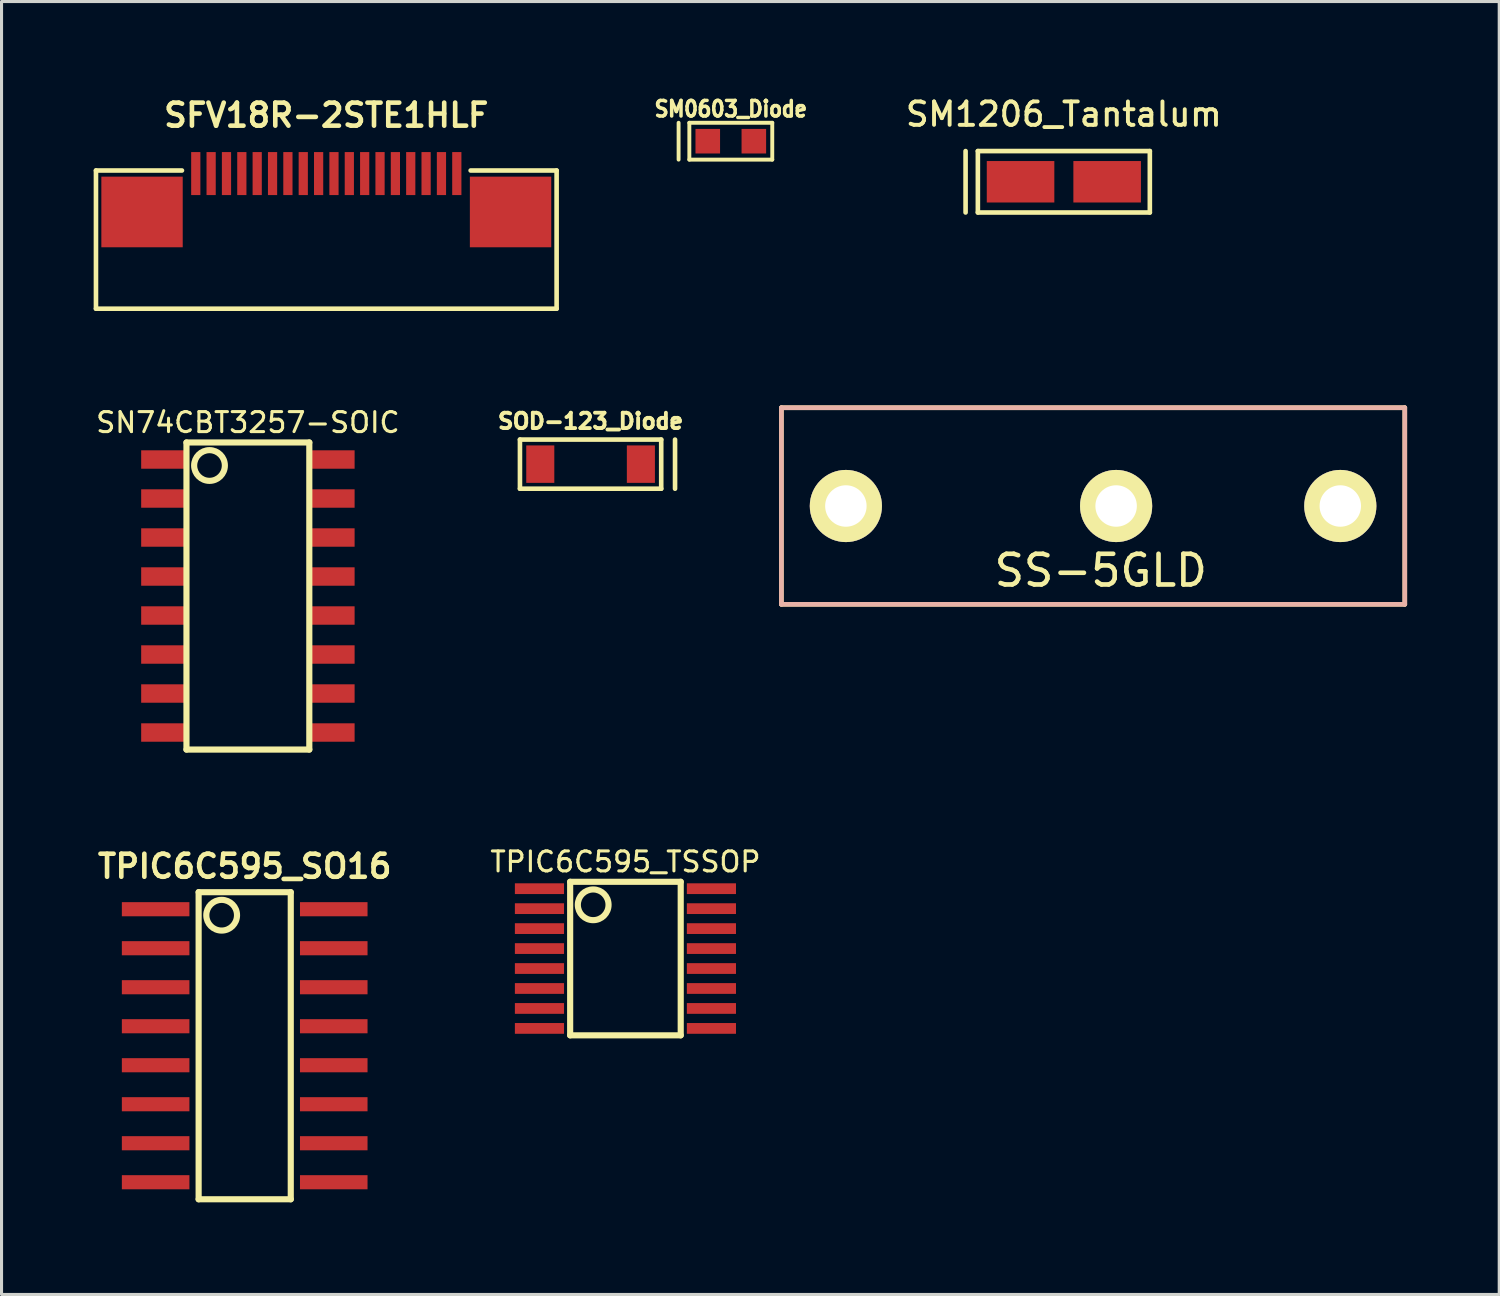
<source format=kicad_pcb>
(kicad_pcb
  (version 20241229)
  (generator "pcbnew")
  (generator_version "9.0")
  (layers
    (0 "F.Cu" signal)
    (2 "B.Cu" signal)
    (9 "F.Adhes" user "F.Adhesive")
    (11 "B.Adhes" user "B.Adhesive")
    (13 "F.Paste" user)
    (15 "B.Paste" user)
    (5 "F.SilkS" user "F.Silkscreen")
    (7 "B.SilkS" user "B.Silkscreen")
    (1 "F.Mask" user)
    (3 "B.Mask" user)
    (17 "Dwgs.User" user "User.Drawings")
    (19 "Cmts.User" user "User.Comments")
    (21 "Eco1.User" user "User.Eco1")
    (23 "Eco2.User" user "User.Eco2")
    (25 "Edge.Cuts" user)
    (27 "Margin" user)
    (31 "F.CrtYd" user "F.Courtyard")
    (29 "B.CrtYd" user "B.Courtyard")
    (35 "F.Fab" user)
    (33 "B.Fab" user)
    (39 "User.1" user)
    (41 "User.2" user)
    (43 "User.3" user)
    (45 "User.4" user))
  (footprint "TPIC6C595_TSSOP"
    (layer "F.Cu")
    (at 17.316 28.163)
    (property "Reference" "TPIC6C595_TSSOP" (at 0 -3.15 0) (layer "F.SilkS") (effects (font (size 0.65 0.65) (thickness 0.1))))
    (attr smd)
    (fp_line (start -1.8 -2.5) (end 1.8 -2.5) (stroke (width 0.2) (type solid)) (layer "F.SilkS"))
    (fp_line (start -1.8 2.5) (end -1.8 -2.5) (stroke (width 0.2) (type solid)) (layer "F.SilkS"))
    (fp_line (start 1.8 -2.5) (end 1.8 2.5) (stroke (width 0.2) (type solid)) (layer "F.SilkS"))
    (fp_line (start 1.8 2.5) (end -1.8 2.5) (stroke (width 0.2) (type solid)) (layer "F.SilkS"))
    (fp_circle (center -1.05 -1.75) (end -0.55 -1.75) (stroke (width 0.2) (type solid)) (fill no) (layer "F.SilkS"))
    (pad "1" smd rect (at -2.8 -2.275) (size 1.6 0.35) (layers "F.Cu" "F.Mask" "F.Paste"))
    (pad "2" smd rect (at -2.8 -1.625) (size 1.6 0.35) (layers "F.Cu" "F.Mask" "F.Paste"))
    (pad "3" smd rect (at -2.8 -0.975) (size 1.6 0.35) (layers "F.Cu" "F.Mask" "F.Paste"))
    (pad "4" smd rect (at -2.8 -0.325) (size 1.6 0.35) (layers "F.Cu" "F.Mask" "F.Paste"))
    (pad "5" smd rect (at -2.8 0.325) (size 1.6 0.35) (layers "F.Cu" "F.Mask" "F.Paste"))
    (pad "6" smd rect (at -2.8 0.975) (size 1.6 0.35) (layers "F.Cu" "F.Mask" "F.Paste"))
    (pad "7" smd rect (at -2.8 1.625) (size 1.6 0.35) (layers "F.Cu" "F.Mask" "F.Paste"))
    (pad "8" smd rect (at -2.8 2.275) (size 1.6 0.35) (layers "F.Cu" "F.Mask" "F.Paste"))
    (pad "9" smd rect (at 2.8 2.275) (size 1.6 0.35) (layers "F.Cu" "F.Mask" "F.Paste"))
    (pad "10" smd rect (at 2.8 1.625) (size 1.6 0.35) (layers "F.Cu" "F.Mask" "F.Paste"))
    (pad "11" smd rect (at 2.8 0.975) (size 1.6 0.35) (layers "F.Cu" "F.Mask" "F.Paste"))
    (pad "12" smd rect (at 2.8 0.325) (size 1.6 0.35) (layers "F.Cu" "F.Mask" "F.Paste"))
    (pad "13" smd rect (at 2.8 -0.325) (size 1.6 0.35) (layers "F.Cu" "F.Mask" "F.Paste"))
    (pad "14" smd rect (at 2.8 -0.975) (size 1.6 0.35) (layers "F.Cu" "F.Mask" "F.Paste"))
    (pad "15" smd rect (at 2.8 -1.625) (size 1.6 0.35) (layers "F.Cu" "F.Mask" "F.Paste"))
    (pad "16" smd rect (at 2.8 -2.275) (size 1.6 0.35) (layers "F.Cu" "F.Mask" "F.Paste")))
  (footprint "SN74CBT3257-SOIC"
    (layer "F.Cu")
    (at 5.022 16.358)
    (property "Reference" "SN74CBT3257-SOIC" (at 0 -5.65 0) (layer "F.SilkS") (effects (font (size 0.65 0.65) (thickness 0.1))))
    (attr smd)
    (fp_line (start -2 -5) (end 2 -5) (stroke (width 0.2) (type solid)) (layer "F.SilkS"))
    (fp_line (start -2 5) (end -2 -5) (stroke (width 0.2) (type solid)) (layer "F.SilkS"))
    (fp_line (start 2 -5) (end 2 5) (stroke (width 0.2) (type solid)) (layer "F.SilkS"))
    (fp_line (start 2 5) (end -2 5) (stroke (width 0.2) (type solid)) (layer "F.SilkS"))
    (fp_circle (center -1.25 -4.25) (end -0.75 -4.25) (stroke (width 0.2) (type solid)) (fill no) (layer "F.SilkS"))
    (pad "1" smd rect (at -2.7 -4.445) (size 1.55 0.6) (layers "F.Cu" "F.Mask" "F.Paste"))
    (pad "2" smd rect (at -2.7 -3.175) (size 1.55 0.6) (layers "F.Cu" "F.Mask" "F.Paste"))
    (pad "3" smd rect (at -2.7 -1.905) (size 1.55 0.6) (layers "F.Cu" "F.Mask" "F.Paste"))
    (pad "4" smd rect (at -2.7 -0.635) (size 1.55 0.6) (layers "F.Cu" "F.Mask" "F.Paste"))
    (pad "5" smd rect (at -2.7 0.635) (size 1.55 0.6) (layers "F.Cu" "F.Mask" "F.Paste"))
    (pad "6" smd rect (at -2.7 1.905) (size 1.55 0.6) (layers "F.Cu" "F.Mask" "F.Paste"))
    (pad "7" smd rect (at -2.7 3.175) (size 1.55 0.6) (layers "F.Cu" "F.Mask" "F.Paste"))
    (pad "8" smd rect (at -2.7 4.445) (size 1.55 0.6) (layers "F.Cu" "F.Mask" "F.Paste"))
    (pad "9" smd rect (at 2.7 4.445) (size 1.55 0.6) (layers "F.Cu" "F.Mask" "F.Paste"))
    (pad "10" smd rect (at 2.7 3.175) (size 1.55 0.6) (layers "F.Cu" "F.Mask" "F.Paste"))
    (pad "11" smd rect (at 2.7 1.905) (size 1.55 0.6) (layers "F.Cu" "F.Mask" "F.Paste"))
    (pad "12" smd rect (at 2.7 0.635) (size 1.55 0.6) (layers "F.Cu" "F.Mask" "F.Paste"))
    (pad "13" smd rect (at 2.7 -0.635) (size 1.55 0.6) (layers "F.Cu" "F.Mask" "F.Paste"))
    (pad "14" smd rect (at 2.7 -1.905) (size 1.55 0.6) (layers "F.Cu" "F.Mask" "F.Paste"))
    (pad "15" smd rect (at 2.7 -3.175) (size 1.55 0.6) (layers "F.Cu" "F.Mask" "F.Paste"))
    (pad "16" smd rect (at 2.7 -4.445) (size 1.55 0.6) (layers "F.Cu" "F.Mask" "F.Paste")))
  (footprint "SM0603_Diode"
    (layer "F.Cu")
    (at 20.747 1.548)
    (property "Reference" "SM0603_Diode" (at 0 -1.05 0) (layer "F.SilkS") (effects (font (size 0.508 0.457) (thickness 0.114))))
    (attr smd)
    (fp_line (start -1.7 -0.6) (end -1.7 0.6) (stroke (width 0.127) (type solid)) (layer "F.SilkS"))
    (fp_line (start -1.35 -0.6) (end 1.35 -0.6) (stroke (width 0.127) (type solid)) (layer "F.SilkS"))
    (fp_line (start -1.35 0.6) (end -1.35 -0.6) (stroke (width 0.127) (type solid)) (layer "F.SilkS"))
    (fp_line (start 1.35 -0.6) (end 1.35 0.6) (stroke (width 0.127) (type solid)) (layer "F.SilkS"))
    (fp_line (start 1.35 0.6) (end -1.35 0.6) (stroke (width 0.127) (type solid)) (layer "F.SilkS"))
    (pad "1" smd rect (at -0.75 0) (size 0.8 0.8) (layers "F.Cu" "F.Mask" "F.Paste"))
    (pad "2" smd rect (at 0.75 0) (size 0.8 0.8) (layers "F.Cu" "F.Mask" "F.Paste")))
  (footprint "SS-5GLD"
    (layer "F.Cu")
    (at 32.794 13.427)
    (property "Reference" "SS-5GLD" (at 0 2.1 0) (layer "F.SilkS") (effects (font (size 1 1) (thickness 0.15))))
    (attr through_hole)
    (fp_line (start -10.4 -3.2) (end 9.9 -3.2) (stroke (width 0.15) (type solid)) (layer "F.SilkS"))
    (fp_line (start -10.4 3.2) (end -10.4 -3.2) (stroke (width 0.15) (type solid)) (layer "F.SilkS"))
    (fp_line (start 9.9 -3.2) (end 9.9 3.2) (stroke (width 0.15) (type solid)) (layer "F.SilkS"))
    (fp_line (start 9.9 3.2) (end -10.4 3.2) (stroke (width 0.15) (type solid)) (layer "F.SilkS"))
    (fp_line (start -10.4 -3.2) (end 9.9 -3.2) (stroke (width 0.15) (type solid)) (layer "B.SilkS"))
    (fp_line (start -10.4 3.2) (end -10.4 -3.2) (stroke (width 0.15) (type solid)) (layer "B.SilkS"))
    (fp_line (start 9.9 -3.2) (end 9.9 3.2) (stroke (width 0.15) (type solid)) (layer "B.SilkS"))
    (fp_line (start 9.9 3.2) (end -10.4 3.2) (stroke (width 0.15) (type solid)) (layer "B.SilkS"))
    (pad "1" thru_hole circle (at -8.3 0) (size 2.35 2.35) (drill 1.35) (layers "*.Cu" "*.Mask" "F.SilkS"))
    (pad "2" thru_hole circle (at 7.8 0) (size 2.35 2.35) (drill 1.35) (layers "*.Cu" "*.Mask" "F.SilkS"))
    (pad "3" thru_hole circle (at 0.5 0) (size 2.35 2.35) (drill 1.35) (layers "*.Cu" "*.Mask" "F.SilkS")))
  (footprint "TPIC6C595_SO16"
    (layer "F.Cu")
    (at 4.918 31.002)
    (property "Reference" "TPIC6C595_SO16" (at 0 -5.842 0) (layer "F.SilkS") (effects (font (size 0.75 0.75) (thickness 0.15))))
    (attr smd)
    (fp_line (start -1.5 -5) (end 1.5 -5) (stroke (width 0.2) (type solid)) (layer "F.SilkS"))
    (fp_line (start -1.5 5) (end -1.5 -5) (stroke (width 0.2) (type solid)) (layer "F.SilkS"))
    (fp_line (start 1.5 -5) (end 1.5 5) (stroke (width 0.2) (type solid)) (layer "F.SilkS"))
    (fp_line (start 1.5 5) (end -1.5 5) (stroke (width 0.2) (type solid)) (layer "F.SilkS"))
    (fp_circle (center -0.75 -4.25) (end -0.25 -4.25) (stroke (width 0.2) (type solid)) (fill no) (layer "F.SilkS"))
    (pad "1" smd rect (at -2.9 -4.445) (size 2.2 0.46) (layers "F.Cu" "F.Mask" "F.Paste"))
    (pad "2" smd rect (at -2.9 -3.175) (size 2.2 0.46) (layers "F.Cu" "F.Mask" "F.Paste"))
    (pad "3" smd rect (at -2.9 -1.905) (size 2.2 0.46) (layers "F.Cu" "F.Mask" "F.Paste"))
    (pad "4" smd rect (at -2.9 -0.635) (size 2.2 0.46) (layers "F.Cu" "F.Mask" "F.Paste"))
    (pad "5" smd rect (at -2.9 0.635) (size 2.2 0.46) (layers "F.Cu" "F.Mask" "F.Paste"))
    (pad "6" smd rect (at -2.9 1.905) (size 2.2 0.46) (layers "F.Cu" "F.Mask" "F.Paste"))
    (pad "7" smd rect (at -2.9 3.175) (size 2.2 0.46) (layers "F.Cu" "F.Mask" "F.Paste"))
    (pad "8" smd rect (at -2.9 4.445) (size 2.2 0.46) (layers "F.Cu" "F.Mask" "F.Paste"))
    (pad "9" smd rect (at 2.9 4.445) (size 2.2 0.46) (layers "F.Cu" "F.Mask" "F.Paste"))
    (pad "10" smd rect (at 2.9 3.175) (size 2.2 0.46) (layers "F.Cu" "F.Mask" "F.Paste"))
    (pad "11" smd rect (at 2.9 1.905) (size 2.2 0.46) (layers "F.Cu" "F.Mask" "F.Paste"))
    (pad "12" smd rect (at 2.9 0.635) (size 2.2 0.46) (layers "F.Cu" "F.Mask" "F.Paste"))
    (pad "13" smd rect (at 2.9 -0.635) (size 2.2 0.46) (layers "F.Cu" "F.Mask" "F.Paste"))
    (pad "14" smd rect (at 2.9 -1.905) (size 2.2 0.46) (layers "F.Cu" "F.Mask" "F.Paste"))
    (pad "15" smd rect (at 2.9 -3.175) (size 2.2 0.46) (layers "F.Cu" "F.Mask" "F.Paste"))
    (pad "16" smd rect (at 2.9 -4.445) (size 2.2 0.46) (layers "F.Cu" "F.Mask" "F.Paste")))
  (footprint "SM1206_Tantalum"
    (layer "F.Cu")
    (at 31.592 2.869)
    (property "Reference" "SM1206_Tantalum" (at 0 -2.2 0) (layer "F.SilkS") (effects (font (size 0.762 0.762) (thickness 0.127))))
    (attr smd)
    (fp_line (start -3.2 -1) (end -3.2 1) (stroke (width 0.15) (type solid)) (layer "F.SilkS"))
    (fp_line (start -2.8 -1) (end 2.8 -1) (stroke (width 0.15) (type solid)) (layer "F.SilkS"))
    (fp_line (start -2.8 1) (end -2.8 -1) (stroke (width 0.15) (type solid)) (layer "F.SilkS"))
    (fp_line (start 2.8 -1) (end 2.8 1) (stroke (width 0.15) (type solid)) (layer "F.SilkS"))
    (fp_line (start 2.8 1) (end -2.8 1) (stroke (width 0.15) (type solid)) (layer "F.SilkS"))
    (pad "1" smd rect (at -1.41 0) (size 2.2 1.35) (layers "F.Cu" "F.Mask"))
    (pad "2" smd rect (at 1.41 0) (size 2.2 1.35) (layers "F.Cu" "F.Mask")))
  (footprint "SFV18R-2STE1HLF"
    (layer "F.Cu")
    (at 7.575 6.902)
    (property "Reference" "SFV18R-2STE1HLF" (at 0 -6.2 0) (layer "F.SilkS") (effects (font (size 0.75 0.75) (thickness 0.15))))
    (attr through_hole)
    (fp_line (start -7.5 -4.4) (end -7.5 0.1) (stroke (width 0.15) (type solid)) (layer "F.SilkS"))
    (fp_line (start -7.5 -4.4) (end -4.7 -4.4) (stroke (width 0.15) (type solid)) (layer "F.SilkS"))
    (fp_line (start -7.5 0.1) (end 7.5 0.1) (stroke (width 0.15) (type solid)) (layer "F.SilkS"))
    (fp_line (start 4.7 -4.4) (end 7.5 -4.4) (stroke (width 0.15) (type solid)) (layer "F.SilkS"))
    (fp_line (start 7.5 -4.4) (end 7.5 0.1) (stroke (width 0.15) (type solid)) (layer "F.SilkS"))
    (pad "" smd rect (at -6 -3.05) (size 2.65 2.3) (layers "F.Cu" "F.Mask" "F.Paste"))
    (pad "" smd rect (at 6 -3.05) (size 2.65 2.3) (layers "F.Cu" "F.Mask" "F.Paste"))
    (pad "1" smd rect (at -4.25 -4.3) (size 0.3 1.4) (layers "F.Cu" "F.Mask" "F.Paste"))
    (pad "2" smd rect (at -3.75 -4.3) (size 0.3 1.4) (layers "F.Cu" "F.Mask" "F.Paste"))
    (pad "3" smd rect (at -3.25 -4.3) (size 0.3 1.4) (layers "F.Cu" "F.Mask" "F.Paste"))
    (pad "4" smd rect (at -2.75 -4.3) (size 0.3 1.4) (layers "F.Cu" "F.Mask" "F.Paste"))
    (pad "5" smd rect (at -2.25 -4.3) (size 0.3 1.4) (layers "F.Cu" "F.Mask" "F.Paste"))
    (pad "6" smd rect (at -1.75 -4.3) (size 0.3 1.4) (layers "F.Cu" "F.Mask" "F.Paste"))
    (pad "7" smd rect (at -1.25 -4.3) (size 0.3 1.4) (layers "F.Cu" "F.Mask" "F.Paste"))
    (pad "8" smd rect (at -0.75 -4.3) (size 0.3 1.4) (layers "F.Cu" "F.Mask" "F.Paste"))
    (pad "9" smd rect (at -0.25 -4.3) (size 0.3 1.4) (layers "F.Cu" "F.Mask" "F.Paste"))
    (pad "10" smd rect (at 0.25 -4.3) (size 0.3 1.4) (layers "F.Cu" "F.Mask" "F.Paste"))
    (pad "11" smd rect (at 0.75 -4.3) (size 0.3 1.4) (layers "F.Cu" "F.Mask" "F.Paste"))
    (pad "12" smd rect (at 1.25 -4.3) (size 0.3 1.4) (layers "F.Cu" "F.Mask" "F.Paste"))
    (pad "13" smd rect (at 1.75 -4.3) (size 0.3 1.4) (layers "F.Cu" "F.Mask" "F.Paste"))
    (pad "14" smd rect (at 2.25 -4.3) (size 0.3 1.4) (layers "F.Cu" "F.Mask" "F.Paste"))
    (pad "15" smd rect (at 2.75 -4.3) (size 0.3 1.4) (layers "F.Cu" "F.Mask" "F.Paste"))
    (pad "16" smd rect (at 3.25 -4.3) (size 0.3 1.4) (layers "F.Cu" "F.Mask" "F.Paste"))
    (pad "17" smd rect (at 3.75 -4.3) (size 0.3 1.4) (layers "F.Cu" "F.Mask" "F.Paste"))
    (pad "18" smd rect (at 4.25 -4.3) (size 0.3 1.4) (layers "F.Cu" "F.Mask" "F.Paste")))
  (footprint "SOD-123_Diode"
    (layer "F.Cu")
    (at 16.181 12.064)
    (property "Reference" "SOD-123_Diode" (at 0 -1.4 0) (layer "F.SilkS") (effects (font (size 0.5 0.5) (thickness 0.125))))
    (attr through_hole)
    (fp_line (start -2.3 -0.8) (end -2.3 0.8) (stroke (width 0.15) (type solid)) (layer "F.SilkS"))
    (fp_line (start -2.3 -0.8) (end 2.3 -0.8) (stroke (width 0.15) (type solid)) (layer "F.SilkS"))
    (fp_line (start -2.3 0.8) (end 2.3 0.8) (stroke (width 0.15) (type solid)) (layer "F.SilkS"))
    (fp_line (start 2.3 -0.8) (end 2.3 0.8) (stroke (width 0.15) (type solid)) (layer "F.SilkS"))
    (fp_line (start 2.75 -0.8) (end 2.75 0.8) (stroke (width 0.15) (type solid)) (layer "F.SilkS"))
    (pad "1" smd rect (at -1.638 0) (size 0.914 1.219) (layers "F.Cu" "F.Mask" "F.Paste"))
    (pad "2" smd rect (at 1.638 0) (size 0.914 1.219) (layers "F.Cu" "F.Mask" "F.Paste")))
  (gr_rect
    (start -3 -3)
    (end 45.769 39.102)
    (stroke (width 0.1) (type default))
    (fill no)
    (layer "Edge.Cuts")))
</source>
